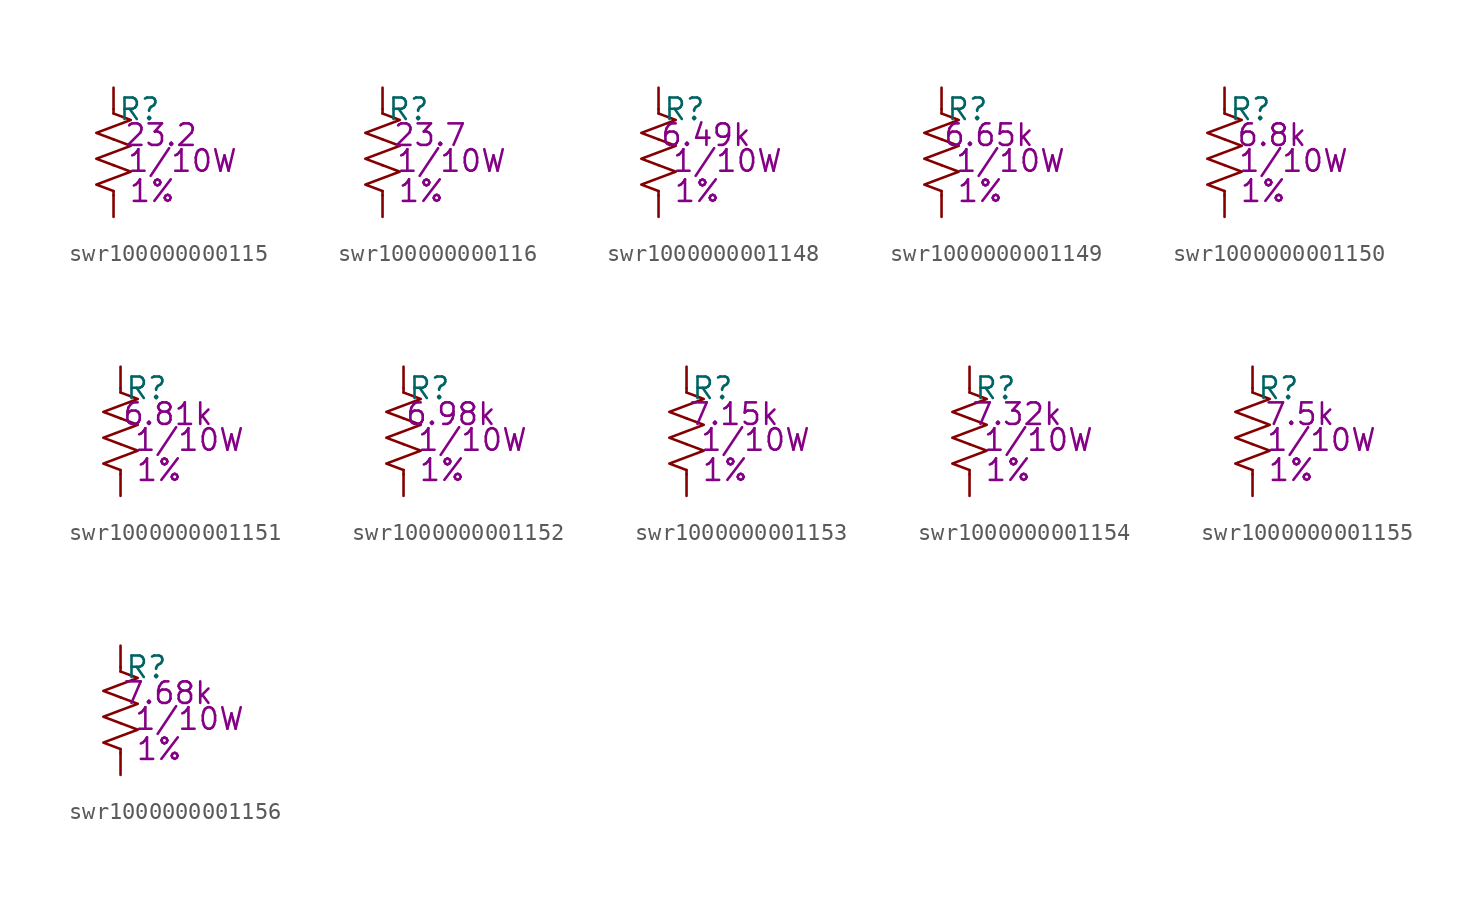
<source format=kicad_sym>
(kicad_symbol_lib
  (version 20211014)
  (generator kicad_symbol_editor)
  (symbol "swr100000000115"
    (pin_numbers hide)
    (pin_names
      (offset 1.016))
    (property "Reference" "R"
      (at 1.524 2.54 0)
      (effects (font (size 1.27 1.27))))
    (property "Tolerance" "1%"
      (at 2.286 -2.286 0)
      (effects (font (size 1.27 1.27))))
    (property "Wattage" "1/10W"
      (at 4.064 -0.508 0)
      (effects (font (size 1.27 1.27))))
    (property "PartValue" "23.2"
      (at 2.794 1.016 0)
      (effects (font (size 1.27 1.27))))
    (symbol "swr100000000115_1_1"
      (polyline (pts (xy 0 -2.286) (xy 0 -2.54)) (stroke (width 0) (type default) (color 0 0 0 0)) (fill (type none)))
      (polyline (pts (xy 0 2.286) (xy 0 2.54)) (stroke (width 0) (type default) (color 0 0 0 0)) (fill (type none)))
      (polyline (pts (xy 0 -0.762) (xy 1.016 -1.143) (xy 0 -1.524) (xy -1.016 -1.905) (xy 0 -2.286)) (stroke (width 0) (type default) (color 0 0 0 0)) (fill (type none)))
      (polyline (pts (xy 0 0.762) (xy 1.016 0.381) (xy 0 0) (xy -1.016 -0.381) (xy 0 -0.762)) (stroke (width 0) (type default) (color 0 0 0 0)) (fill (type none)))
      (polyline (pts (xy 0 2.286) (xy 1.016 1.905) (xy 0 1.524) (xy -1.016 1.143) (xy 0 0.762)) (stroke (width 0) (type default) (color 0 0 0 0)) (fill (type none)))
      (pin passive line (at 0 3.81 270) (length 1.27) (name "~" (effects (font (size 1.27 1.27)))) (number "1" (effects (font (size 1.27 1.27)))))
      (pin passive line (at 0 -3.81 90) (length 1.27) (name "~" (effects (font (size 1.27 1.27)))) (number "2" (effects (font (size 1.27 1.27)))))))
  (symbol "swr100000000116"
    (pin_numbers hide)
    (pin_names
      (offset 1.016))
    (property "Reference" "R"
      (at 1.524 2.54 0)
      (effects (font (size 1.27 1.27))))
    (property "Tolerance" "1%"
      (at 2.286 -2.286 0)
      (effects (font (size 1.27 1.27))))
    (property "Wattage" "1/10W"
      (at 4.064 -0.508 0)
      (effects (font (size 1.27 1.27))))
    (property "PartValue" "23.7"
      (at 2.794 1.016 0)
      (effects (font (size 1.27 1.27))))
    (symbol "swr100000000116_1_1"
      (polyline (pts (xy 0 -2.286) (xy 0 -2.54)) (stroke (width 0) (type default) (color 0 0 0 0)) (fill (type none)))
      (polyline (pts (xy 0 2.286) (xy 0 2.54)) (stroke (width 0) (type default) (color 0 0 0 0)) (fill (type none)))
      (polyline (pts (xy 0 -0.762) (xy 1.016 -1.143) (xy 0 -1.524) (xy -1.016 -1.905) (xy 0 -2.286)) (stroke (width 0) (type default) (color 0 0 0 0)) (fill (type none)))
      (polyline (pts (xy 0 0.762) (xy 1.016 0.381) (xy 0 0) (xy -1.016 -0.381) (xy 0 -0.762)) (stroke (width 0) (type default) (color 0 0 0 0)) (fill (type none)))
      (polyline (pts (xy 0 2.286) (xy 1.016 1.905) (xy 0 1.524) (xy -1.016 1.143) (xy 0 0.762)) (stroke (width 0) (type default) (color 0 0 0 0)) (fill (type none)))
      (pin passive line (at 0 3.81 270) (length 1.27) (name "~" (effects (font (size 1.27 1.27)))) (number "1" (effects (font (size 1.27 1.27)))))
      (pin passive line (at 0 -3.81 90) (length 1.27) (name "~" (effects (font (size 1.27 1.27)))) (number "2" (effects (font (size 1.27 1.27)))))))
  (symbol "swr1000000001148"
    (pin_numbers hide)
    (pin_names
      (offset 1.016))
    (property "Reference" "R"
      (at 1.524 2.54 0)
      (effects (font (size 1.27 1.27))))
    (property "Tolerance" "1%"
      (at 2.286 -2.286 0)
      (effects (font (size 1.27 1.27))))
    (property "Wattage" "1/10W"
      (at 4.064 -0.508 0)
      (effects (font (size 1.27 1.27))))
    (property "PartValue" "6.49k"
      (at 2.794 1.016 0)
      (effects (font (size 1.27 1.27))))
    (symbol "swr1000000001148_1_1"
      (polyline (pts (xy 0 -2.286) (xy 0 -2.54)) (stroke (width 0) (type default) (color 0 0 0 0)) (fill (type none)))
      (polyline (pts (xy 0 2.286) (xy 0 2.54)) (stroke (width 0) (type default) (color 0 0 0 0)) (fill (type none)))
      (polyline (pts (xy 0 -0.762) (xy 1.016 -1.143) (xy 0 -1.524) (xy -1.016 -1.905) (xy 0 -2.286)) (stroke (width 0) (type default) (color 0 0 0 0)) (fill (type none)))
      (polyline (pts (xy 0 0.762) (xy 1.016 0.381) (xy 0 0) (xy -1.016 -0.381) (xy 0 -0.762)) (stroke (width 0) (type default) (color 0 0 0 0)) (fill (type none)))
      (polyline (pts (xy 0 2.286) (xy 1.016 1.905) (xy 0 1.524) (xy -1.016 1.143) (xy 0 0.762)) (stroke (width 0) (type default) (color 0 0 0 0)) (fill (type none)))
      (pin passive line (at 0 3.81 270) (length 1.27) (name "~" (effects (font (size 1.27 1.27)))) (number "1" (effects (font (size 1.27 1.27)))))
      (pin passive line (at 0 -3.81 90) (length 1.27) (name "~" (effects (font (size 1.27 1.27)))) (number "2" (effects (font (size 1.27 1.27)))))))
  (symbol "swr1000000001149"
    (pin_numbers hide)
    (pin_names
      (offset 1.016))
    (property "Reference" "R"
      (at 1.524 2.54 0)
      (effects (font (size 1.27 1.27))))
    (property "Tolerance" "1%"
      (at 2.286 -2.286 0)
      (effects (font (size 1.27 1.27))))
    (property "Wattage" "1/10W"
      (at 4.064 -0.508 0)
      (effects (font (size 1.27 1.27))))
    (property "PartValue" "6.65k"
      (at 2.794 1.016 0)
      (effects (font (size 1.27 1.27))))
    (symbol "swr1000000001149_1_1"
      (polyline (pts (xy 0 -2.286) (xy 0 -2.54)) (stroke (width 0) (type default) (color 0 0 0 0)) (fill (type none)))
      (polyline (pts (xy 0 2.286) (xy 0 2.54)) (stroke (width 0) (type default) (color 0 0 0 0)) (fill (type none)))
      (polyline (pts (xy 0 -0.762) (xy 1.016 -1.143) (xy 0 -1.524) (xy -1.016 -1.905) (xy 0 -2.286)) (stroke (width 0) (type default) (color 0 0 0 0)) (fill (type none)))
      (polyline (pts (xy 0 0.762) (xy 1.016 0.381) (xy 0 0) (xy -1.016 -0.381) (xy 0 -0.762)) (stroke (width 0) (type default) (color 0 0 0 0)) (fill (type none)))
      (polyline (pts (xy 0 2.286) (xy 1.016 1.905) (xy 0 1.524) (xy -1.016 1.143) (xy 0 0.762)) (stroke (width 0) (type default) (color 0 0 0 0)) (fill (type none)))
      (pin passive line (at 0 3.81 270) (length 1.27) (name "~" (effects (font (size 1.27 1.27)))) (number "1" (effects (font (size 1.27 1.27)))))
      (pin passive line (at 0 -3.81 90) (length 1.27) (name "~" (effects (font (size 1.27 1.27)))) (number "2" (effects (font (size 1.27 1.27)))))))
  (symbol "swr1000000001150"
    (pin_numbers hide)
    (pin_names
      (offset 1.016))
    (property "Reference" "R"
      (at 1.524 2.54 0)
      (effects (font (size 1.27 1.27))))
    (property "Tolerance" "1%"
      (at 2.286 -2.286 0)
      (effects (font (size 1.27 1.27))))
    (property "Wattage" "1/10W"
      (at 4.064 -0.508 0)
      (effects (font (size 1.27 1.27))))
    (property "PartValue" "6.8k"
      (at 2.794 1.016 0)
      (effects (font (size 1.27 1.27))))
    (symbol "swr1000000001150_1_1"
      (polyline (pts (xy 0 -2.286) (xy 0 -2.54)) (stroke (width 0) (type default) (color 0 0 0 0)) (fill (type none)))
      (polyline (pts (xy 0 2.286) (xy 0 2.54)) (stroke (width 0) (type default) (color 0 0 0 0)) (fill (type none)))
      (polyline (pts (xy 0 -0.762) (xy 1.016 -1.143) (xy 0 -1.524) (xy -1.016 -1.905) (xy 0 -2.286)) (stroke (width 0) (type default) (color 0 0 0 0)) (fill (type none)))
      (polyline (pts (xy 0 0.762) (xy 1.016 0.381) (xy 0 0) (xy -1.016 -0.381) (xy 0 -0.762)) (stroke (width 0) (type default) (color 0 0 0 0)) (fill (type none)))
      (polyline (pts (xy 0 2.286) (xy 1.016 1.905) (xy 0 1.524) (xy -1.016 1.143) (xy 0 0.762)) (stroke (width 0) (type default) (color 0 0 0 0)) (fill (type none)))
      (pin passive line (at 0 3.81 270) (length 1.27) (name "~" (effects (font (size 1.27 1.27)))) (number "1" (effects (font (size 1.27 1.27)))))
      (pin passive line (at 0 -3.81 90) (length 1.27) (name "~" (effects (font (size 1.27 1.27)))) (number "2" (effects (font (size 1.27 1.27)))))))
  (symbol "swr1000000001151"
    (pin_numbers hide)
    (pin_names
      (offset 1.016))
    (property "Reference" "R"
      (at 1.524 2.54 0)
      (effects (font (size 1.27 1.27))))
    (property "Tolerance" "1%"
      (at 2.286 -2.286 0)
      (effects (font (size 1.27 1.27))))
    (property "Wattage" "1/10W"
      (at 4.064 -0.508 0)
      (effects (font (size 1.27 1.27))))
    (property "PartValue" "6.81k"
      (at 2.794 1.016 0)
      (effects (font (size 1.27 1.27))))
    (symbol "swr1000000001151_1_1"
      (polyline (pts (xy 0 -2.286) (xy 0 -2.54)) (stroke (width 0) (type default) (color 0 0 0 0)) (fill (type none)))
      (polyline (pts (xy 0 2.286) (xy 0 2.54)) (stroke (width 0) (type default) (color 0 0 0 0)) (fill (type none)))
      (polyline (pts (xy 0 -0.762) (xy 1.016 -1.143) (xy 0 -1.524) (xy -1.016 -1.905) (xy 0 -2.286)) (stroke (width 0) (type default) (color 0 0 0 0)) (fill (type none)))
      (polyline (pts (xy 0 0.762) (xy 1.016 0.381) (xy 0 0) (xy -1.016 -0.381) (xy 0 -0.762)) (stroke (width 0) (type default) (color 0 0 0 0)) (fill (type none)))
      (polyline (pts (xy 0 2.286) (xy 1.016 1.905) (xy 0 1.524) (xy -1.016 1.143) (xy 0 0.762)) (stroke (width 0) (type default) (color 0 0 0 0)) (fill (type none)))
      (pin passive line (at 0 3.81 270) (length 1.27) (name "~" (effects (font (size 1.27 1.27)))) (number "1" (effects (font (size 1.27 1.27)))))
      (pin passive line (at 0 -3.81 90) (length 1.27) (name "~" (effects (font (size 1.27 1.27)))) (number "2" (effects (font (size 1.27 1.27)))))))
  (symbol "swr1000000001152"
    (pin_numbers hide)
    (pin_names
      (offset 1.016))
    (property "Reference" "R"
      (at 1.524 2.54 0)
      (effects (font (size 1.27 1.27))))
    (property "Tolerance" "1%"
      (at 2.286 -2.286 0)
      (effects (font (size 1.27 1.27))))
    (property "Wattage" "1/10W"
      (at 4.064 -0.508 0)
      (effects (font (size 1.27 1.27))))
    (property "PartValue" "6.98k"
      (at 2.794 1.016 0)
      (effects (font (size 1.27 1.27))))
    (symbol "swr1000000001152_1_1"
      (polyline (pts (xy 0 -2.286) (xy 0 -2.54)) (stroke (width 0) (type default) (color 0 0 0 0)) (fill (type none)))
      (polyline (pts (xy 0 2.286) (xy 0 2.54)) (stroke (width 0) (type default) (color 0 0 0 0)) (fill (type none)))
      (polyline (pts (xy 0 -0.762) (xy 1.016 -1.143) (xy 0 -1.524) (xy -1.016 -1.905) (xy 0 -2.286)) (stroke (width 0) (type default) (color 0 0 0 0)) (fill (type none)))
      (polyline (pts (xy 0 0.762) (xy 1.016 0.381) (xy 0 0) (xy -1.016 -0.381) (xy 0 -0.762)) (stroke (width 0) (type default) (color 0 0 0 0)) (fill (type none)))
      (polyline (pts (xy 0 2.286) (xy 1.016 1.905) (xy 0 1.524) (xy -1.016 1.143) (xy 0 0.762)) (stroke (width 0) (type default) (color 0 0 0 0)) (fill (type none)))
      (pin passive line (at 0 3.81 270) (length 1.27) (name "~" (effects (font (size 1.27 1.27)))) (number "1" (effects (font (size 1.27 1.27)))))
      (pin passive line (at 0 -3.81 90) (length 1.27) (name "~" (effects (font (size 1.27 1.27)))) (number "2" (effects (font (size 1.27 1.27)))))))
  (symbol "swr1000000001153"
    (pin_numbers hide)
    (pin_names
      (offset 1.016))
    (property "Reference" "R"
      (at 1.524 2.54 0)
      (effects (font (size 1.27 1.27))))
    (property "Tolerance" "1%"
      (at 2.286 -2.286 0)
      (effects (font (size 1.27 1.27))))
    (property "Wattage" "1/10W"
      (at 4.064 -0.508 0)
      (effects (font (size 1.27 1.27))))
    (property "PartValue" "7.15k"
      (at 2.794 1.016 0)
      (effects (font (size 1.27 1.27))))
    (symbol "swr1000000001153_1_1"
      (polyline (pts (xy 0 -2.286) (xy 0 -2.54)) (stroke (width 0) (type default) (color 0 0 0 0)) (fill (type none)))
      (polyline (pts (xy 0 2.286) (xy 0 2.54)) (stroke (width 0) (type default) (color 0 0 0 0)) (fill (type none)))
      (polyline (pts (xy 0 -0.762) (xy 1.016 -1.143) (xy 0 -1.524) (xy -1.016 -1.905) (xy 0 -2.286)) (stroke (width 0) (type default) (color 0 0 0 0)) (fill (type none)))
      (polyline (pts (xy 0 0.762) (xy 1.016 0.381) (xy 0 0) (xy -1.016 -0.381) (xy 0 -0.762)) (stroke (width 0) (type default) (color 0 0 0 0)) (fill (type none)))
      (polyline (pts (xy 0 2.286) (xy 1.016 1.905) (xy 0 1.524) (xy -1.016 1.143) (xy 0 0.762)) (stroke (width 0) (type default) (color 0 0 0 0)) (fill (type none)))
      (pin passive line (at 0 3.81 270) (length 1.27) (name "~" (effects (font (size 1.27 1.27)))) (number "1" (effects (font (size 1.27 1.27)))))
      (pin passive line (at 0 -3.81 90) (length 1.27) (name "~" (effects (font (size 1.27 1.27)))) (number "2" (effects (font (size 1.27 1.27)))))))
  (symbol "swr1000000001154"
    (pin_numbers hide)
    (pin_names
      (offset 1.016))
    (property "Reference" "R"
      (at 1.524 2.54 0)
      (effects (font (size 1.27 1.27))))
    (property "Tolerance" "1%"
      (at 2.286 -2.286 0)
      (effects (font (size 1.27 1.27))))
    (property "Wattage" "1/10W"
      (at 4.064 -0.508 0)
      (effects (font (size 1.27 1.27))))
    (property "PartValue" "7.32k"
      (at 2.794 1.016 0)
      (effects (font (size 1.27 1.27))))
    (symbol "swr1000000001154_1_1"
      (polyline (pts (xy 0 -2.286) (xy 0 -2.54)) (stroke (width 0) (type default) (color 0 0 0 0)) (fill (type none)))
      (polyline (pts (xy 0 2.286) (xy 0 2.54)) (stroke (width 0) (type default) (color 0 0 0 0)) (fill (type none)))
      (polyline (pts (xy 0 -0.762) (xy 1.016 -1.143) (xy 0 -1.524) (xy -1.016 -1.905) (xy 0 -2.286)) (stroke (width 0) (type default) (color 0 0 0 0)) (fill (type none)))
      (polyline (pts (xy 0 0.762) (xy 1.016 0.381) (xy 0 0) (xy -1.016 -0.381) (xy 0 -0.762)) (stroke (width 0) (type default) (color 0 0 0 0)) (fill (type none)))
      (polyline (pts (xy 0 2.286) (xy 1.016 1.905) (xy 0 1.524) (xy -1.016 1.143) (xy 0 0.762)) (stroke (width 0) (type default) (color 0 0 0 0)) (fill (type none)))
      (pin passive line (at 0 3.81 270) (length 1.27) (name "~" (effects (font (size 1.27 1.27)))) (number "1" (effects (font (size 1.27 1.27)))))
      (pin passive line (at 0 -3.81 90) (length 1.27) (name "~" (effects (font (size 1.27 1.27)))) (number "2" (effects (font (size 1.27 1.27)))))))
  (symbol "swr1000000001155"
    (pin_numbers hide)
    (pin_names
      (offset 1.016))
    (property "Reference" "R"
      (at 1.524 2.54 0)
      (effects (font (size 1.27 1.27))))
    (property "Tolerance" "1%"
      (at 2.286 -2.286 0)
      (effects (font (size 1.27 1.27))))
    (property "Wattage" "1/10W"
      (at 4.064 -0.508 0)
      (effects (font (size 1.27 1.27))))
    (property "PartValue" "7.5k"
      (at 2.794 1.016 0)
      (effects (font (size 1.27 1.27))))
    (symbol "swr1000000001155_1_1"
      (polyline (pts (xy 0 -2.286) (xy 0 -2.54)) (stroke (width 0) (type default) (color 0 0 0 0)) (fill (type none)))
      (polyline (pts (xy 0 2.286) (xy 0 2.54)) (stroke (width 0) (type default) (color 0 0 0 0)) (fill (type none)))
      (polyline (pts (xy 0 -0.762) (xy 1.016 -1.143) (xy 0 -1.524) (xy -1.016 -1.905) (xy 0 -2.286)) (stroke (width 0) (type default) (color 0 0 0 0)) (fill (type none)))
      (polyline (pts (xy 0 0.762) (xy 1.016 0.381) (xy 0 0) (xy -1.016 -0.381) (xy 0 -0.762)) (stroke (width 0) (type default) (color 0 0 0 0)) (fill (type none)))
      (polyline (pts (xy 0 2.286) (xy 1.016 1.905) (xy 0 1.524) (xy -1.016 1.143) (xy 0 0.762)) (stroke (width 0) (type default) (color 0 0 0 0)) (fill (type none)))
      (pin passive line (at 0 3.81 270) (length 1.27) (name "~" (effects (font (size 1.27 1.27)))) (number "1" (effects (font (size 1.27 1.27)))))
      (pin passive line (at 0 -3.81 90) (length 1.27) (name "~" (effects (font (size 1.27 1.27)))) (number "2" (effects (font (size 1.27 1.27)))))))
  (symbol "swr1000000001156"
    (pin_numbers hide)
    (pin_names
      (offset 1.016))
    (property "Reference" "R"
      (at 1.524 2.54 0)
      (effects (font (size 1.27 1.27))))
    (property "Tolerance" "1%"
      (at 2.286 -2.286 0)
      (effects (font (size 1.27 1.27))))
    (property "Wattage" "1/10W"
      (at 4.064 -0.508 0)
      (effects (font (size 1.27 1.27))))
    (property "PartValue" "7.68k"
      (at 2.794 1.016 0)
      (effects (font (size 1.27 1.27))))
    (symbol "swr1000000001156_1_1"
      (polyline (pts (xy 0 -2.286) (xy 0 -2.54)) (stroke (width 0) (type default) (color 0 0 0 0)) (fill (type none)))
      (polyline (pts (xy 0 2.286) (xy 0 2.54)) (stroke (width 0) (type default) (color 0 0 0 0)) (fill (type none)))
      (polyline (pts (xy 0 -0.762) (xy 1.016 -1.143) (xy 0 -1.524) (xy -1.016 -1.905) (xy 0 -2.286)) (stroke (width 0) (type default) (color 0 0 0 0)) (fill (type none)))
      (polyline (pts (xy 0 0.762) (xy 1.016 0.381) (xy 0 0) (xy -1.016 -0.381) (xy 0 -0.762)) (stroke (width 0) (type default) (color 0 0 0 0)) (fill (type none)))
      (polyline (pts (xy 0 2.286) (xy 1.016 1.905) (xy 0 1.524) (xy -1.016 1.143) (xy 0 0.762)) (stroke (width 0) (type default) (color 0 0 0 0)) (fill (type none)))
      (pin passive line (at 0 3.81 270) (length 1.27) (name "~" (effects (font (size 1.27 1.27)))) (number "1" (effects (font (size 1.27 1.27)))))
      (pin passive line (at 0 -3.81 90) (length 1.27) (name "~" (effects (font (size 1.27 1.27)))) (number "2" (effects (font (size 1.27 1.27))))))))
</source>
